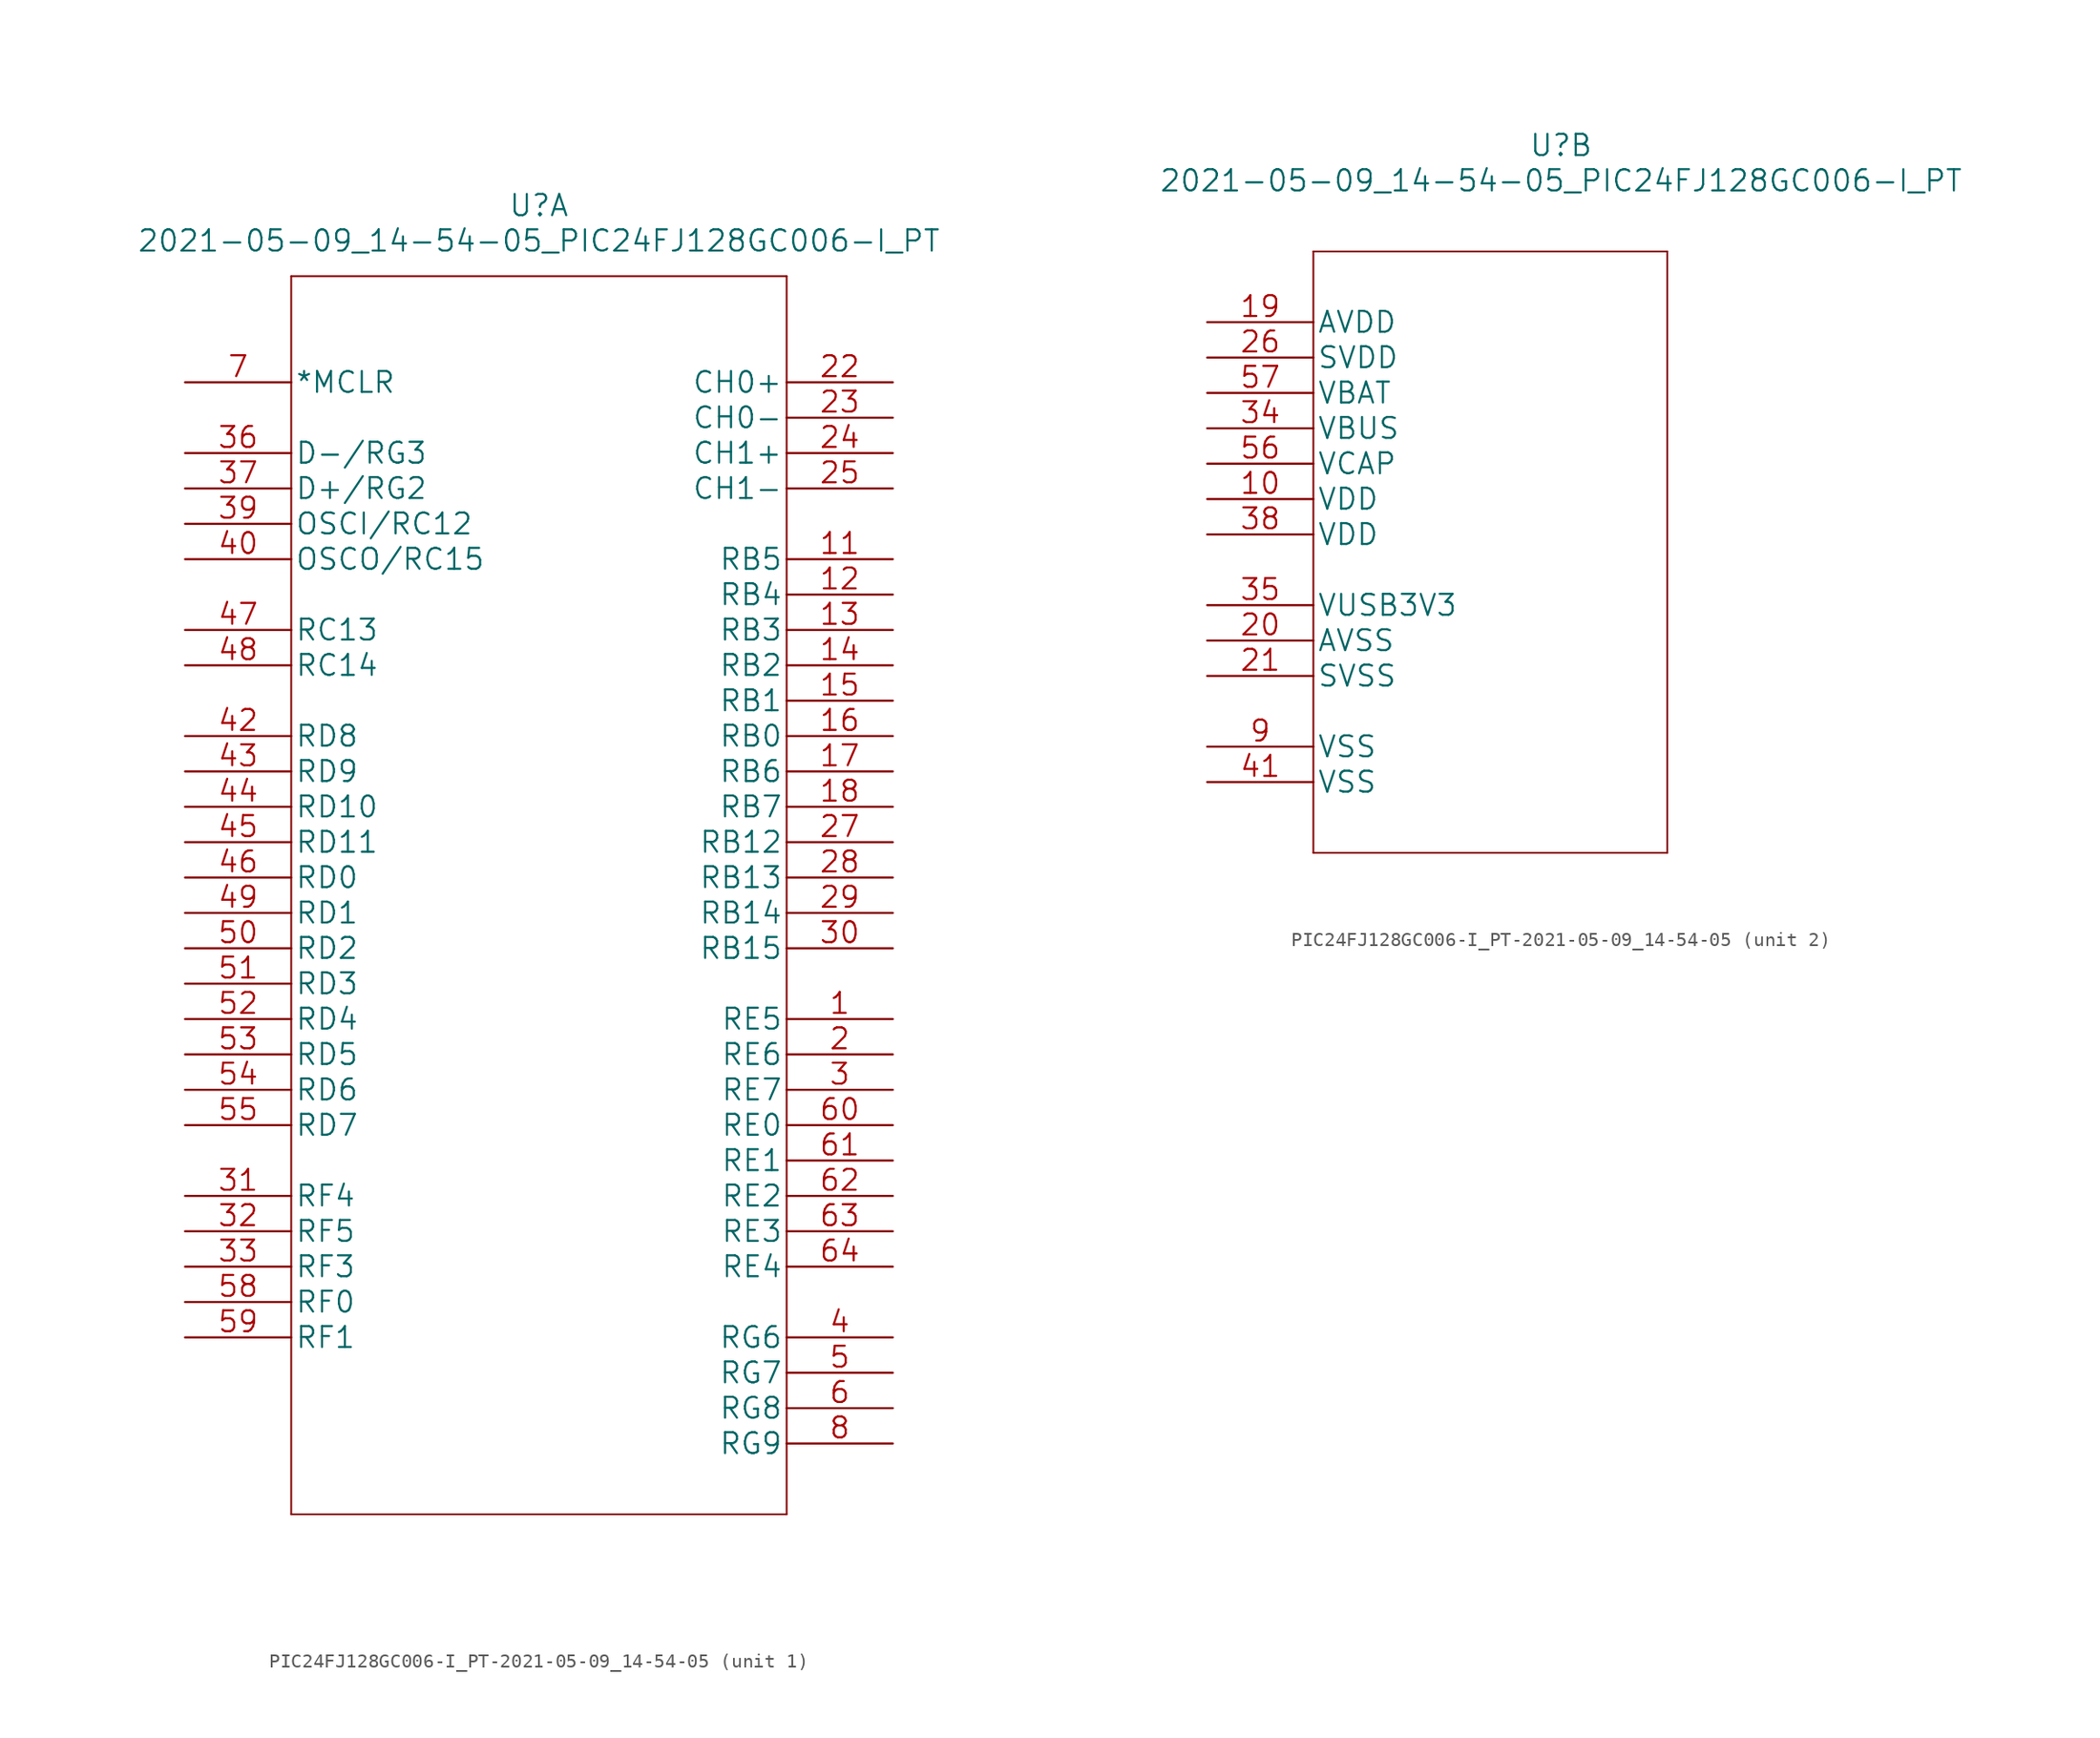
<source format=kicad_sym>
(kicad_symbol_lib
  (version 20220914)
  (generator kicad_symbol_editor)
  (symbol "PIC24FJ128GC006-I_PT-2021-05-09_14-54-05"
    (pin_names
      (offset 0.254))
    (property "Reference" "U"
      (at 25.4 12.7 0)
      (effects (font (size 1.524 1.524))))
    (property "Value" "2021-05-09_14-54-05_PIC24FJ128GC006-I_PT"
      (at 25.4 10.16 0)
      (effects (font (size 1.524 1.524))))
    (property "Datasheet" ""
      (at 0 0 0)
      (effects (font (size 1.524 1.524))))
    (symbol "PIC24FJ128GC006-I_PT-2021-05-09_14-54-05_1_1"
      (polyline (pts (xy 7.62 -81.28) (xy 43.18 -81.28)) (stroke (width 0.127) (type solid)) (fill (type none)))
      (polyline (pts (xy 7.62 7.62) (xy 7.62 -81.28)) (stroke (width 0.127) (type solid)) (fill (type none)))
      (polyline (pts (xy 43.18 -81.28) (xy 43.18 7.62)) (stroke (width 0.127) (type solid)) (fill (type none)))
      (polyline (pts (xy 43.18 7.62) (xy 7.62 7.62)) (stroke (width 0.127) (type solid)) (fill (type none)))
      (pin bidirectional line (at 50.8 -45.72 180) (length 7.62) (name "RE5" (effects (font (size 1.499 1.499)))) (number "1" (effects (font (size 1.499 1.499)))))
      (pin bidirectional line (at 50.8 -12.7 180) (length 7.62) (name "RB5" (effects (font (size 1.499 1.499)))) (number "11" (effects (font (size 1.499 1.499)))))
      (pin bidirectional line (at 50.8 -15.24 180) (length 7.62) (name "RB4" (effects (font (size 1.499 1.499)))) (number "12" (effects (font (size 1.499 1.499)))))
      (pin bidirectional line (at 50.8 -17.78 180) (length 7.62) (name "RB3" (effects (font (size 1.499 1.499)))) (number "13" (effects (font (size 1.499 1.499)))))
      (pin bidirectional line (at 50.8 -20.32 180) (length 7.62) (name "RB2" (effects (font (size 1.499 1.499)))) (number "14" (effects (font (size 1.499 1.499)))))
      (pin bidirectional line (at 50.8 -22.86 180) (length 7.62) (name "RB1" (effects (font (size 1.499 1.499)))) (number "15" (effects (font (size 1.499 1.499)))))
      (pin bidirectional line (at 50.8 -25.4 180) (length 7.62) (name "RB0" (effects (font (size 1.499 1.499)))) (number "16" (effects (font (size 1.499 1.499)))))
      (pin bidirectional line (at 50.8 -27.94 180) (length 7.62) (name "RB6" (effects (font (size 1.499 1.499)))) (number "17" (effects (font (size 1.499 1.499)))))
      (pin bidirectional line (at 50.8 -30.48 180) (length 7.62) (name "RB7" (effects (font (size 1.499 1.499)))) (number "18" (effects (font (size 1.499 1.499)))))
      (pin bidirectional line (at 50.8 -48.26 180) (length 7.62) (name "RE6" (effects (font (size 1.499 1.499)))) (number "2" (effects (font (size 1.499 1.499)))))
      (pin bidirectional line (at 50.8 0 180) (length 7.62) (name "CH0+" (effects (font (size 1.499 1.499)))) (number "22" (effects (font (size 1.499 1.499)))))
      (pin bidirectional line (at 50.8 -2.54 180) (length 7.62) (name "CH0-" (effects (font (size 1.499 1.499)))) (number "23" (effects (font (size 1.499 1.499)))))
      (pin bidirectional line (at 50.8 -5.08 180) (length 7.62) (name "CH1+" (effects (font (size 1.499 1.499)))) (number "24" (effects (font (size 1.499 1.499)))))
      (pin bidirectional line (at 50.8 -7.62 180) (length 7.62) (name "CH1-" (effects (font (size 1.499 1.499)))) (number "25" (effects (font (size 1.499 1.499)))))
      (pin bidirectional line (at 50.8 -33.02 180) (length 7.62) (name "RB12" (effects (font (size 1.499 1.499)))) (number "27" (effects (font (size 1.499 1.499)))))
      (pin bidirectional line (at 50.8 -35.56 180) (length 7.62) (name "RB13" (effects (font (size 1.499 1.499)))) (number "28" (effects (font (size 1.499 1.499)))))
      (pin bidirectional line (at 50.8 -38.1 180) (length 7.62) (name "RB14" (effects (font (size 1.499 1.499)))) (number "29" (effects (font (size 1.499 1.499)))))
      (pin bidirectional line (at 50.8 -50.8 180) (length 7.62) (name "RE7" (effects (font (size 1.499 1.499)))) (number "3" (effects (font (size 1.499 1.499)))))
      (pin bidirectional line (at 50.8 -40.64 180) (length 7.62) (name "RB15" (effects (font (size 1.499 1.499)))) (number "30" (effects (font (size 1.499 1.499)))))
      (pin bidirectional line (at 0 -58.42 0) (length 7.62) (name "RF4" (effects (font (size 1.499 1.499)))) (number "31" (effects (font (size 1.499 1.499)))))
      (pin bidirectional line (at 0 -60.96 0) (length 7.62) (name "RF5" (effects (font (size 1.499 1.499)))) (number "32" (effects (font (size 1.499 1.499)))))
      (pin bidirectional line (at 0 -63.5 0) (length 7.62) (name "RF3" (effects (font (size 1.499 1.499)))) (number "33" (effects (font (size 1.499 1.499)))))
      (pin bidirectional line (at 0 -5.08 0) (length 7.62) (name "D-/RG3" (effects (font (size 1.499 1.499)))) (number "36" (effects (font (size 1.499 1.499)))))
      (pin bidirectional line (at 0 -7.62 0) (length 7.62) (name "D+/RG2" (effects (font (size 1.499 1.499)))) (number "37" (effects (font (size 1.499 1.499)))))
      (pin bidirectional line (at 0 -10.16 0) (length 7.62) (name "OSCI/RC12" (effects (font (size 1.499 1.499)))) (number "39" (effects (font (size 1.499 1.499)))))
      (pin bidirectional line (at 50.8 -68.58 180) (length 7.62) (name "RG6" (effects (font (size 1.499 1.499)))) (number "4" (effects (font (size 1.499 1.499)))))
      (pin bidirectional line (at 0 -12.7 0) (length 7.62) (name "OSCO/RC15" (effects (font (size 1.499 1.499)))) (number "40" (effects (font (size 1.499 1.499)))))
      (pin bidirectional line (at 0 -25.4 0) (length 7.62) (name "RD8" (effects (font (size 1.499 1.499)))) (number "42" (effects (font (size 1.499 1.499)))))
      (pin bidirectional line (at 0 -27.94 0) (length 7.62) (name "RD9" (effects (font (size 1.499 1.499)))) (number "43" (effects (font (size 1.499 1.499)))))
      (pin bidirectional line (at 0 -30.48 0) (length 7.62) (name "RD10" (effects (font (size 1.499 1.499)))) (number "44" (effects (font (size 1.499 1.499)))))
      (pin bidirectional line (at 0 -33.02 0) (length 7.62) (name "RD11" (effects (font (size 1.499 1.499)))) (number "45" (effects (font (size 1.499 1.499)))))
      (pin bidirectional line (at 0 -35.56 0) (length 7.62) (name "RD0" (effects (font (size 1.499 1.499)))) (number "46" (effects (font (size 1.499 1.499)))))
      (pin bidirectional line (at 0 -17.78 0) (length 7.62) (name "RC13" (effects (font (size 1.499 1.499)))) (number "47" (effects (font (size 1.499 1.499)))))
      (pin bidirectional line (at 0 -20.32 0) (length 7.62) (name "RC14" (effects (font (size 1.499 1.499)))) (number "48" (effects (font (size 1.499 1.499)))))
      (pin bidirectional line (at 0 -38.1 0) (length 7.62) (name "RD1" (effects (font (size 1.499 1.499)))) (number "49" (effects (font (size 1.499 1.499)))))
      (pin bidirectional line (at 50.8 -71.12 180) (length 7.62) (name "RG7" (effects (font (size 1.499 1.499)))) (number "5" (effects (font (size 1.499 1.499)))))
      (pin bidirectional line (at 0 -40.64 0) (length 7.62) (name "RD2" (effects (font (size 1.499 1.499)))) (number "50" (effects (font (size 1.499 1.499)))))
      (pin bidirectional line (at 0 -43.18 0) (length 7.62) (name "RD3" (effects (font (size 1.499 1.499)))) (number "51" (effects (font (size 1.499 1.499)))))
      (pin bidirectional line (at 0 -45.72 0) (length 7.62) (name "RD4" (effects (font (size 1.499 1.499)))) (number "52" (effects (font (size 1.499 1.499)))))
      (pin bidirectional line (at 0 -48.26 0) (length 7.62) (name "RD5" (effects (font (size 1.499 1.499)))) (number "53" (effects (font (size 1.499 1.499)))))
      (pin bidirectional line (at 0 -50.8 0) (length 7.62) (name "RD6" (effects (font (size 1.499 1.499)))) (number "54" (effects (font (size 1.499 1.499)))))
      (pin bidirectional line (at 0 -53.34 0) (length 7.62) (name "RD7" (effects (font (size 1.499 1.499)))) (number "55" (effects (font (size 1.499 1.499)))))
      (pin bidirectional line (at 0 -66.04 0) (length 7.62) (name "RF0" (effects (font (size 1.499 1.499)))) (number "58" (effects (font (size 1.499 1.499)))))
      (pin bidirectional line (at 0 -68.58 0) (length 7.62) (name "RF1" (effects (font (size 1.499 1.499)))) (number "59" (effects (font (size 1.499 1.499)))))
      (pin bidirectional line (at 50.8 -73.66 180) (length 7.62) (name "RG8" (effects (font (size 1.499 1.499)))) (number "6" (effects (font (size 1.499 1.499)))))
      (pin bidirectional line (at 50.8 -53.34 180) (length 7.62) (name "RE0" (effects (font (size 1.499 1.499)))) (number "60" (effects (font (size 1.499 1.499)))))
      (pin bidirectional line (at 50.8 -55.88 180) (length 7.62) (name "RE1" (effects (font (size 1.499 1.499)))) (number "61" (effects (font (size 1.499 1.499)))))
      (pin bidirectional line (at 50.8 -58.42 180) (length 7.62) (name "RE2" (effects (font (size 1.499 1.499)))) (number "62" (effects (font (size 1.499 1.499)))))
      (pin bidirectional line (at 50.8 -60.96 180) (length 7.62) (name "RE3" (effects (font (size 1.499 1.499)))) (number "63" (effects (font (size 1.499 1.499)))))
      (pin bidirectional line (at 50.8 -63.5 180) (length 7.62) (name "RE4" (effects (font (size 1.499 1.499)))) (number "64" (effects (font (size 1.499 1.499)))))
      (pin unspecified line (at 0 0 0) (length 7.62) (name "*MCLR" (effects (font (size 1.499 1.499)))) (number "7" (effects (font (size 1.499 1.499)))))
      (pin bidirectional line (at 50.8 -76.2 180) (length 7.62) (name "RG9" (effects (font (size 1.499 1.499)))) (number "8" (effects (font (size 1.499 1.499))))))
    (symbol "PIC24FJ128GC006-I_PT-2021-05-09_14-54-05_2_1"
      (polyline (pts (xy 7.62 -38.1) (xy 33.02 -38.1)) (stroke (width 0.127) (type solid)) (fill (type none)))
      (polyline (pts (xy 7.62 5.08) (xy 7.62 -38.1)) (stroke (width 0.127) (type solid)) (fill (type none)))
      (polyline (pts (xy 33.02 -38.1) (xy 33.02 5.08)) (stroke (width 0.127) (type solid)) (fill (type none)))
      (polyline (pts (xy 33.02 5.08) (xy 7.62 5.08)) (stroke (width 0.127) (type solid)) (fill (type none)))
      (pin power_in line (at 0 -12.7 0) (length 7.62) (name "VDD" (effects (font (size 1.499 1.499)))) (number "10" (effects (font (size 1.499 1.499)))))
      (pin power_in line (at 0 0 0) (length 7.62) (name "AVDD" (effects (font (size 1.499 1.499)))) (number "19" (effects (font (size 1.499 1.499)))))
      (pin power_in line (at 0 -22.86 0) (length 7.62) (name "AVSS" (effects (font (size 1.499 1.499)))) (number "20" (effects (font (size 1.499 1.499)))))
      (pin power_in line (at 0 -25.4 0) (length 7.62) (name "SVSS" (effects (font (size 1.499 1.499)))) (number "21" (effects (font (size 1.499 1.499)))))
      (pin power_in line (at 0 -2.54 0) (length 7.62) (name "SVDD" (effects (font (size 1.499 1.499)))) (number "26" (effects (font (size 1.499 1.499)))))
      (pin power_in line (at 0 -7.62 0) (length 7.62) (name "VBUS" (effects (font (size 1.499 1.499)))) (number "34" (effects (font (size 1.499 1.499)))))
      (pin power_in line (at 0 -20.32 0) (length 7.62) (name "VUSB3V3" (effects (font (size 1.499 1.499)))) (number "35" (effects (font (size 1.499 1.499)))))
      (pin power_in line (at 0 -15.24 0) (length 7.62) (name "VDD" (effects (font (size 1.499 1.499)))) (number "38" (effects (font (size 1.499 1.499)))))
      (pin power_in line (at 0 -33.02 0) (length 7.62) (name "VSS" (effects (font (size 1.499 1.499)))) (number "41" (effects (font (size 1.499 1.499)))))
      (pin power_in line (at 0 -10.16 0) (length 7.62) (name "VCAP" (effects (font (size 1.499 1.499)))) (number "56" (effects (font (size 1.499 1.499)))))
      (pin power_in line (at 0 -5.08 0) (length 7.62) (name "VBAT" (effects (font (size 1.499 1.499)))) (number "57" (effects (font (size 1.499 1.499)))))
      (pin power_in line (at 0 -30.48 0) (length 7.62) (name "VSS" (effects (font (size 1.499 1.499)))) (number "9" (effects (font (size 1.499 1.499))))))))
</source>
